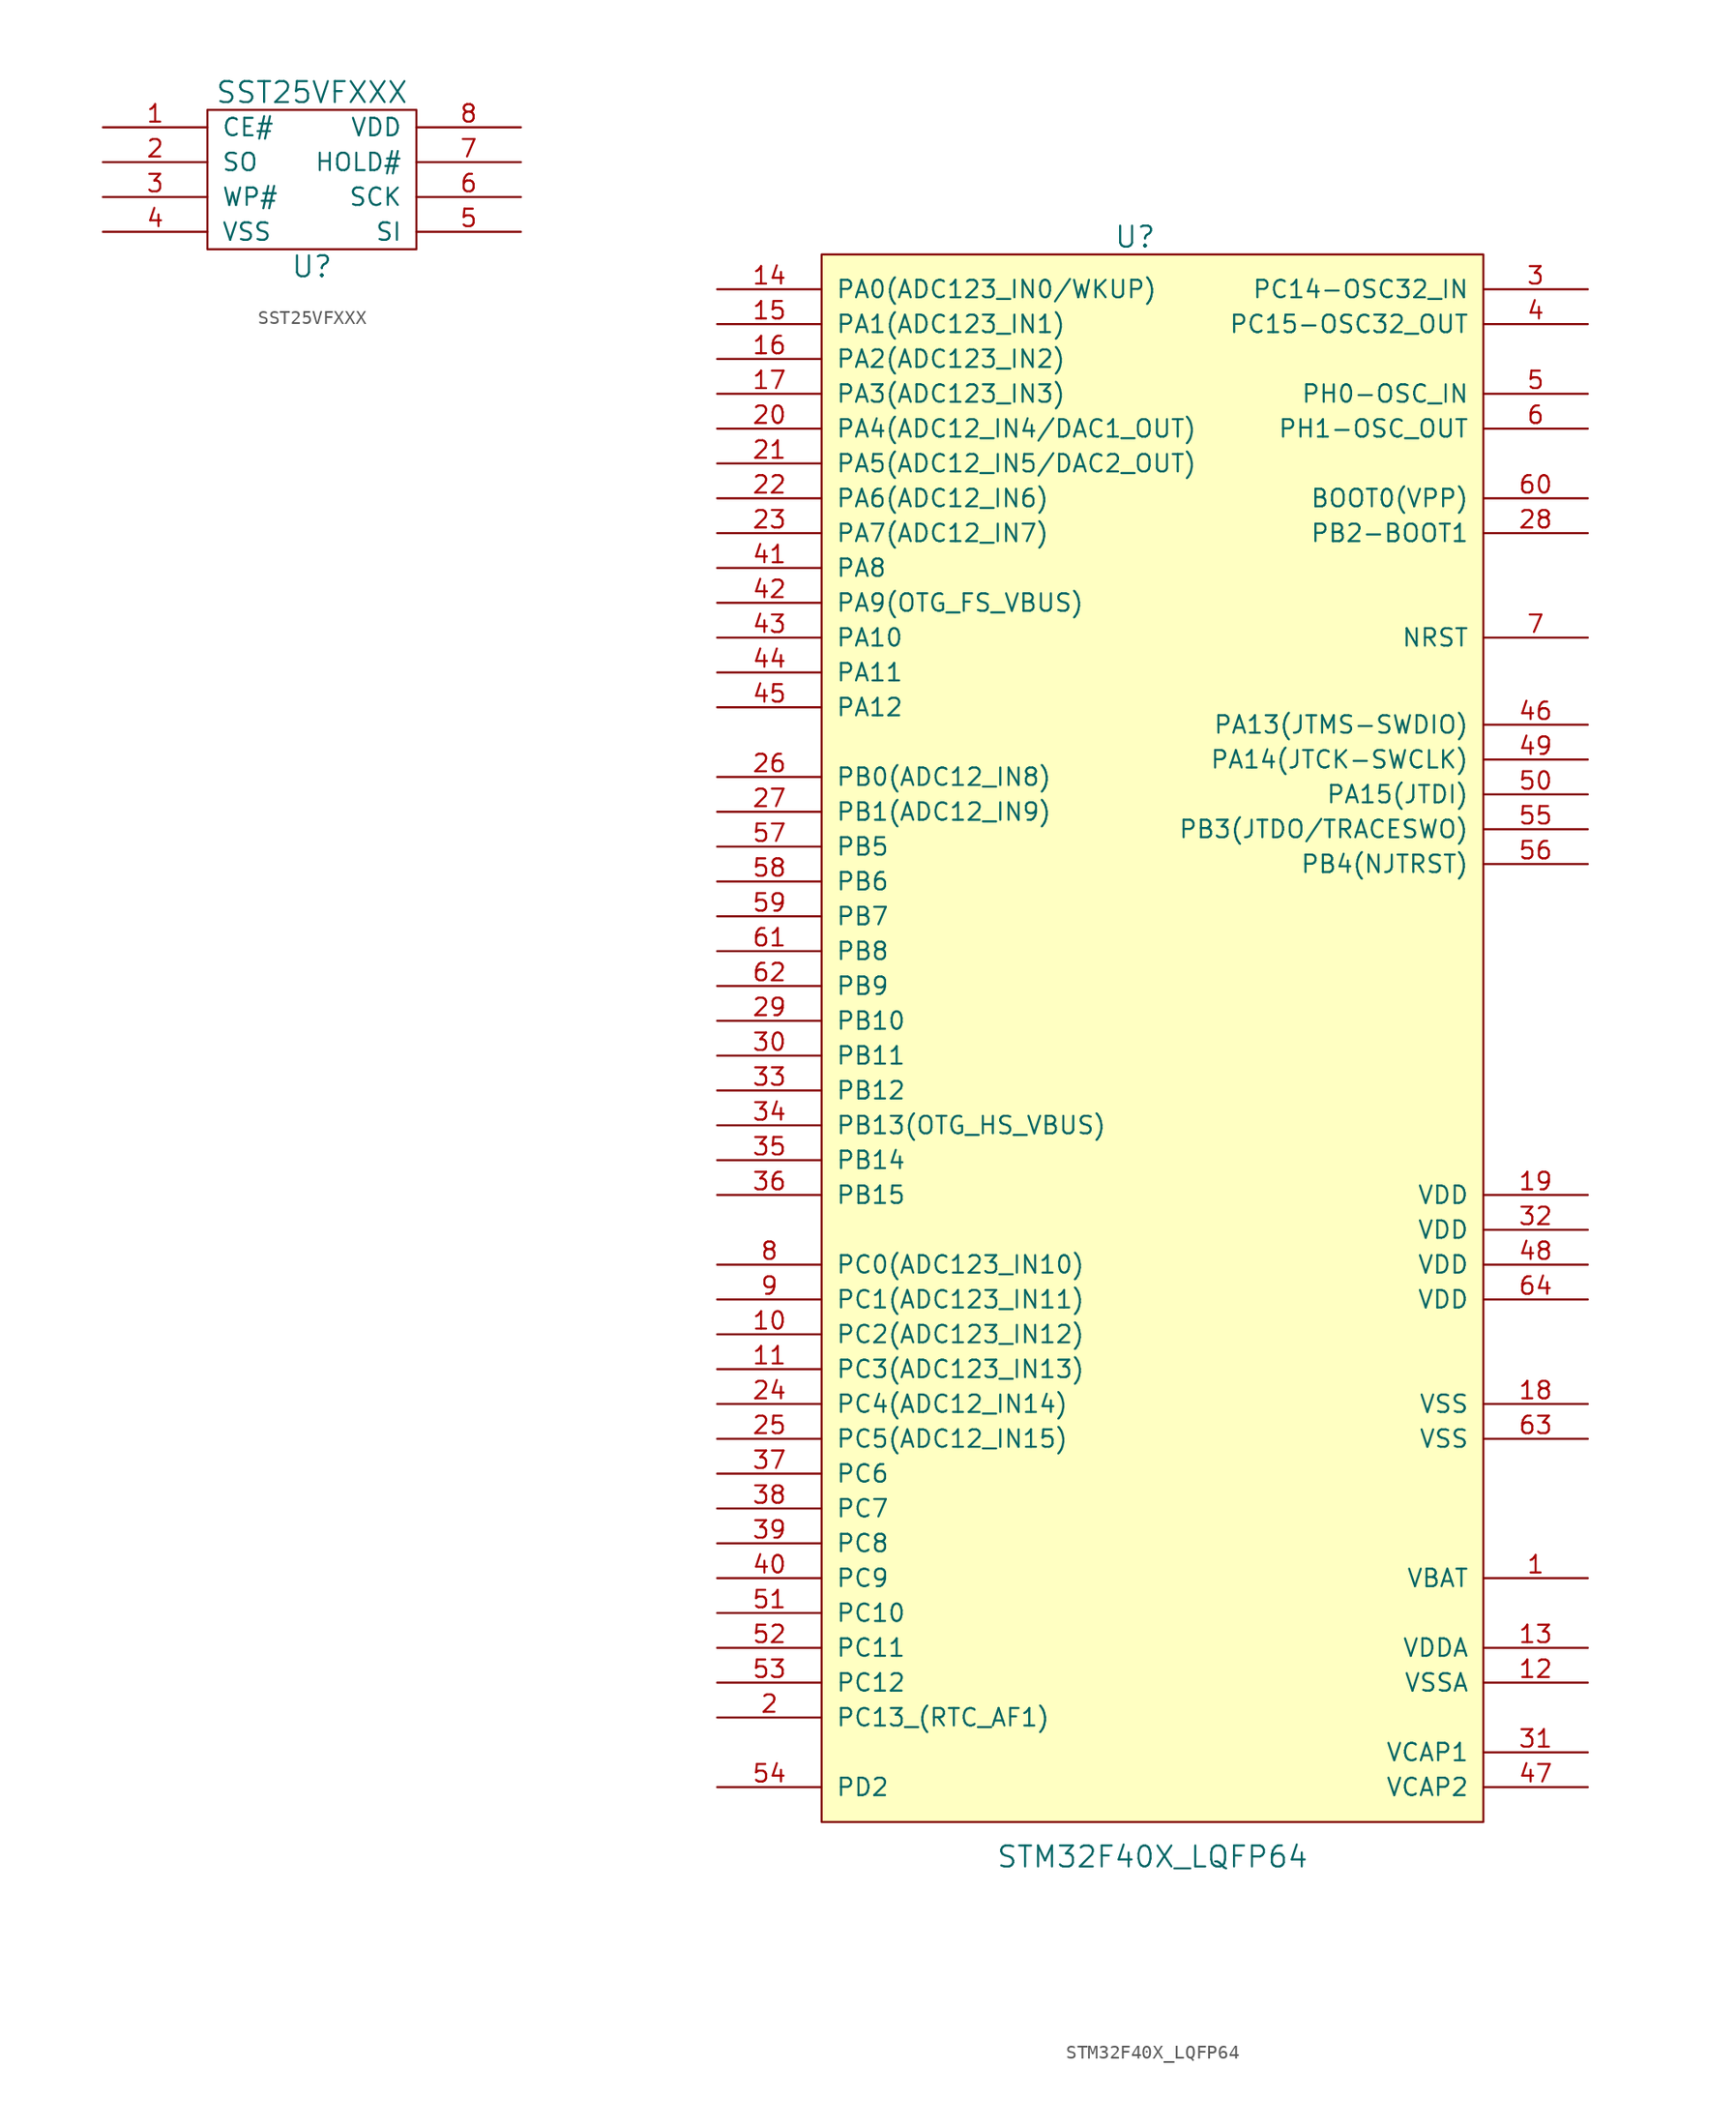
<source format=kicad_sym>
(kicad_symbol_lib
  (version 20211014)
  (generator kicad_symbol_editor)
  (symbol "SST25VFXXX"
    (pin_names
      (offset 1.016))
    (property "Reference" "U"
      (at 0 -7.62 0)
      (effects (font (size 1.524 1.524))))
    (property "Value" "SST25VFXXX"
      (at 0 5.08 0)
      (effects (font (size 1.524 1.524))))
    (property "Footprint" ""
      (at 0 0 0)
      (effects (font (size 1.524 1.524))))
    (property "Datasheet" ""
      (at 0 0 0)
      (effects (font (size 1.524 1.524))))
    (symbol "SST25VFXXX_0_1"
      (rectangle (start 7.62 3.81) (end -7.62 -6.35) (stroke (width 0) (type default) (color 0 0 0 0)) (fill (type none))))
    (symbol "SST25VFXXX_1_1"
      (pin input line (at -15.24 2.54 0) (length 7.62) (name "CE#" (effects (font (size 1.27 1.27)))) (number "1" (effects (font (size 1.27 1.27)))))
      (pin input line (at -15.24 0 0) (length 7.62) (name "SO" (effects (font (size 1.27 1.27)))) (number "2" (effects (font (size 1.27 1.27)))))
      (pin input line (at -15.24 -2.54 0) (length 7.62) (name "WP#" (effects (font (size 1.27 1.27)))) (number "3" (effects (font (size 1.27 1.27)))))
      (pin input line (at -15.24 -5.08 0) (length 7.62) (name "VSS" (effects (font (size 1.27 1.27)))) (number "4" (effects (font (size 1.27 1.27)))))
      (pin input line (at 15.24 -5.08 180) (length 7.62) (name "SI" (effects (font (size 1.27 1.27)))) (number "5" (effects (font (size 1.27 1.27)))))
      (pin input line (at 15.24 -2.54 180) (length 7.62) (name "SCK" (effects (font (size 1.27 1.27)))) (number "6" (effects (font (size 1.27 1.27)))))
      (pin input line (at 15.24 0 180) (length 7.62) (name "HOLD#" (effects (font (size 1.27 1.27)))) (number "7" (effects (font (size 1.27 1.27)))))
      (pin input line (at 15.24 2.54 180) (length 7.62) (name "VDD" (effects (font (size 1.27 1.27)))) (number "8" (effects (font (size 1.27 1.27)))))))
  (symbol "STM32F40X_LQFP64"
    (pin_names
      (offset 1.016))
    (property "Reference" "U"
      (at -1.27 58.42 0)
      (effects (font (size 1.524 1.524))))
    (property "Value" "STM32F40X_LQFP64"
      (at 0 -59.69 0)
      (effects (font (size 1.524 1.524))))
    (property "Datasheet" ""
      (at 0 0 0)
      (effects (font (size 1.524 1.524))))
    (symbol "STM32F40X_LQFP64_0_1"
      (rectangle (start -24.13 57.15) (end 24.13 -57.15) (stroke (width 0) (type default) (color 0 0 0 0)) (fill (type background))))
    (symbol "STM32F40X_LQFP64_1_1"
      (pin power_in line (at 31.75 -39.37 180) (length 7.62) (name "VBAT" (effects (font (size 1.27 1.27)))) (number "1" (effects (font (size 1.27 1.27)))))
      (pin bidirectional line (at -31.75 -21.59 0) (length 7.62) (name "PC2(ADC123_IN12)" (effects (font (size 1.27 1.27)))) (number "10" (effects (font (size 1.27 1.27)))))
      (pin bidirectional line (at -31.75 -24.13 0) (length 7.62) (name "PC3(ADC123_IN13)" (effects (font (size 1.27 1.27)))) (number "11" (effects (font (size 1.27 1.27)))))
      (pin power_in line (at 31.75 -46.99 180) (length 7.62) (name "VSSA" (effects (font (size 1.27 1.27)))) (number "12" (effects (font (size 1.27 1.27)))))
      (pin power_in line (at 31.75 -44.45 180) (length 7.62) (name "VDDA" (effects (font (size 1.27 1.27)))) (number "13" (effects (font (size 1.27 1.27)))))
      (pin bidirectional line (at -31.75 54.61 0) (length 7.62) (name "PA0(ADC123_IN0/WKUP)" (effects (font (size 1.27 1.27)))) (number "14" (effects (font (size 1.27 1.27)))))
      (pin bidirectional line (at -31.75 52.07 0) (length 7.62) (name "PA1(ADC123_IN1)" (effects (font (size 1.27 1.27)))) (number "15" (effects (font (size 1.27 1.27)))))
      (pin bidirectional line (at -31.75 49.53 0) (length 7.62) (name "PA2(ADC123_IN2)" (effects (font (size 1.27 1.27)))) (number "16" (effects (font (size 1.27 1.27)))))
      (pin bidirectional line (at -31.75 46.99 0) (length 7.62) (name "PA3(ADC123_IN3)" (effects (font (size 1.27 1.27)))) (number "17" (effects (font (size 1.27 1.27)))))
      (pin power_in line (at 31.75 -26.67 180) (length 7.62) (name "VSS" (effects (font (size 1.27 1.27)))) (number "18" (effects (font (size 1.27 1.27)))))
      (pin power_in line (at 31.75 -11.43 180) (length 7.62) (name "VDD" (effects (font (size 1.27 1.27)))) (number "19" (effects (font (size 1.27 1.27)))))
      (pin bidirectional line (at -31.75 -49.53 0) (length 7.62) (name "PC13_(RTC_AF1)" (effects (font (size 1.27 1.27)))) (number "2" (effects (font (size 1.27 1.27)))))
      (pin bidirectional line (at -31.75 44.45 0) (length 7.62) (name "PA4(ADC12_IN4/DAC1_OUT)" (effects (font (size 1.27 1.27)))) (number "20" (effects (font (size 1.27 1.27)))))
      (pin bidirectional line (at -31.75 41.91 0) (length 7.62) (name "PA5(ADC12_IN5/DAC2_OUT)" (effects (font (size 1.27 1.27)))) (number "21" (effects (font (size 1.27 1.27)))))
      (pin bidirectional line (at -31.75 39.37 0) (length 7.62) (name "PA6(ADC12_IN6)" (effects (font (size 1.27 1.27)))) (number "22" (effects (font (size 1.27 1.27)))))
      (pin bidirectional line (at -31.75 36.83 0) (length 7.62) (name "PA7(ADC12_IN7)" (effects (font (size 1.27 1.27)))) (number "23" (effects (font (size 1.27 1.27)))))
      (pin bidirectional line (at -31.75 -26.67 0) (length 7.62) (name "PC4(ADC12_IN14)" (effects (font (size 1.27 1.27)))) (number "24" (effects (font (size 1.27 1.27)))))
      (pin bidirectional line (at -31.75 -29.21 0) (length 7.62) (name "PC5(ADC12_IN15)" (effects (font (size 1.27 1.27)))) (number "25" (effects (font (size 1.27 1.27)))))
      (pin bidirectional line (at -31.75 19.05 0) (length 7.62) (name "PB0(ADC12_IN8)" (effects (font (size 1.27 1.27)))) (number "26" (effects (font (size 1.27 1.27)))))
      (pin bidirectional line (at -31.75 16.51 0) (length 7.62) (name "PB1(ADC12_IN9)" (effects (font (size 1.27 1.27)))) (number "27" (effects (font (size 1.27 1.27)))))
      (pin bidirectional line (at 31.75 36.83 180) (length 7.62) (name "PB2-BOOT1" (effects (font (size 1.27 1.27)))) (number "28" (effects (font (size 1.27 1.27)))))
      (pin bidirectional line (at -31.75 1.27 0) (length 7.62) (name "PB10" (effects (font (size 1.27 1.27)))) (number "29" (effects (font (size 1.27 1.27)))))
      (pin bidirectional line (at 31.75 54.61 180) (length 7.62) (name "PC14-OSC32_IN" (effects (font (size 1.27 1.27)))) (number "3" (effects (font (size 1.27 1.27)))))
      (pin bidirectional line (at -31.75 -1.27 0) (length 7.62) (name "PB11" (effects (font (size 1.27 1.27)))) (number "30" (effects (font (size 1.27 1.27)))))
      (pin power_out line (at 31.75 -52.07 180) (length 7.62) (name "VCAP1" (effects (font (size 1.27 1.27)))) (number "31" (effects (font (size 1.27 1.27)))))
      (pin power_in line (at 31.75 -13.97 180) (length 7.62) (name "VDD" (effects (font (size 1.27 1.27)))) (number "32" (effects (font (size 1.27 1.27)))))
      (pin bidirectional line (at -31.75 -3.81 0) (length 7.62) (name "PB12" (effects (font (size 1.27 1.27)))) (number "33" (effects (font (size 1.27 1.27)))))
      (pin bidirectional line (at -31.75 -6.35 0) (length 7.62) (name "PB13(OTG_HS_VBUS)" (effects (font (size 1.27 1.27)))) (number "34" (effects (font (size 1.27 1.27)))))
      (pin bidirectional line (at -31.75 -8.89 0) (length 7.62) (name "PB14" (effects (font (size 1.27 1.27)))) (number "35" (effects (font (size 1.27 1.27)))))
      (pin bidirectional line (at -31.75 -11.43 0) (length 7.62) (name "PB15" (effects (font (size 1.27 1.27)))) (number "36" (effects (font (size 1.27 1.27)))))
      (pin bidirectional line (at -31.75 -31.75 0) (length 7.62) (name "PC6" (effects (font (size 1.27 1.27)))) (number "37" (effects (font (size 1.27 1.27)))))
      (pin bidirectional line (at -31.75 -34.29 0) (length 7.62) (name "PC7" (effects (font (size 1.27 1.27)))) (number "38" (effects (font (size 1.27 1.27)))))
      (pin bidirectional line (at -31.75 -36.83 0) (length 7.62) (name "PC8" (effects (font (size 1.27 1.27)))) (number "39" (effects (font (size 1.27 1.27)))))
      (pin bidirectional line (at 31.75 52.07 180) (length 7.62) (name "PC15-OSC32_OUT" (effects (font (size 1.27 1.27)))) (number "4" (effects (font (size 1.27 1.27)))))
      (pin bidirectional line (at -31.75 -39.37 0) (length 7.62) (name "PC9" (effects (font (size 1.27 1.27)))) (number "40" (effects (font (size 1.27 1.27)))))
      (pin bidirectional line (at -31.75 34.29 0) (length 7.62) (name "PA8" (effects (font (size 1.27 1.27)))) (number "41" (effects (font (size 1.27 1.27)))))
      (pin bidirectional line (at -31.75 31.75 0) (length 7.62) (name "PA9(OTG_FS_VBUS)" (effects (font (size 1.27 1.27)))) (number "42" (effects (font (size 1.27 1.27)))))
      (pin bidirectional line (at -31.75 29.21 0) (length 7.62) (name "PA10" (effects (font (size 1.27 1.27)))) (number "43" (effects (font (size 1.27 1.27)))))
      (pin bidirectional line (at -31.75 26.67 0) (length 7.62) (name "PA11" (effects (font (size 1.27 1.27)))) (number "44" (effects (font (size 1.27 1.27)))))
      (pin bidirectional line (at -31.75 24.13 0) (length 7.62) (name "PA12" (effects (font (size 1.27 1.27)))) (number "45" (effects (font (size 1.27 1.27)))))
      (pin bidirectional line (at 31.75 22.86 180) (length 7.62) (name "PA13(JTMS-SWDIO)" (effects (font (size 1.27 1.27)))) (number "46" (effects (font (size 1.27 1.27)))))
      (pin power_out line (at 31.75 -54.61 180) (length 7.62) (name "VCAP2" (effects (font (size 1.27 1.27)))) (number "47" (effects (font (size 1.27 1.27)))))
      (pin power_in line (at 31.75 -16.51 180) (length 7.62) (name "VDD" (effects (font (size 1.27 1.27)))) (number "48" (effects (font (size 1.27 1.27)))))
      (pin bidirectional line (at 31.75 20.32 180) (length 7.62) (name "PA14(JTCK-SWCLK)" (effects (font (size 1.27 1.27)))) (number "49" (effects (font (size 1.27 1.27)))))
      (pin bidirectional line (at 31.75 46.99 180) (length 7.62) (name "PH0-OSC_IN" (effects (font (size 1.27 1.27)))) (number "5" (effects (font (size 1.27 1.27)))))
      (pin bidirectional line (at 31.75 17.78 180) (length 7.62) (name "PA15(JTDI)" (effects (font (size 1.27 1.27)))) (number "50" (effects (font (size 1.27 1.27)))))
      (pin bidirectional line (at -31.75 -41.91 0) (length 7.62) (name "PC10" (effects (font (size 1.27 1.27)))) (number "51" (effects (font (size 1.27 1.27)))))
      (pin bidirectional line (at -31.75 -44.45 0) (length 7.62) (name "PC11" (effects (font (size 1.27 1.27)))) (number "52" (effects (font (size 1.27 1.27)))))
      (pin bidirectional line (at -31.75 -46.99 0) (length 7.62) (name "PC12" (effects (font (size 1.27 1.27)))) (number "53" (effects (font (size 1.27 1.27)))))
      (pin bidirectional line (at -31.75 -54.61 0) (length 7.62) (name "PD2" (effects (font (size 1.27 1.27)))) (number "54" (effects (font (size 1.27 1.27)))))
      (pin bidirectional line (at 31.75 15.24 180) (length 7.62) (name "PB3(JTDO/TRACESWO)" (effects (font (size 1.27 1.27)))) (number "55" (effects (font (size 1.27 1.27)))))
      (pin bidirectional line (at 31.75 12.7 180) (length 7.62) (name "PB4(NJTRST)" (effects (font (size 1.27 1.27)))) (number "56" (effects (font (size 1.27 1.27)))))
      (pin bidirectional line (at -31.75 13.97 0) (length 7.62) (name "PB5" (effects (font (size 1.27 1.27)))) (number "57" (effects (font (size 1.27 1.27)))))
      (pin bidirectional line (at -31.75 11.43 0) (length 7.62) (name "PB6" (effects (font (size 1.27 1.27)))) (number "58" (effects (font (size 1.27 1.27)))))
      (pin bidirectional line (at -31.75 8.89 0) (length 7.62) (name "PB7" (effects (font (size 1.27 1.27)))) (number "59" (effects (font (size 1.27 1.27)))))
      (pin bidirectional line (at 31.75 44.45 180) (length 7.62) (name "PH1-OSC_OUT" (effects (font (size 1.27 1.27)))) (number "6" (effects (font (size 1.27 1.27)))))
      (pin input line (at 31.75 39.37 180) (length 7.62) (name "BOOT0(VPP)" (effects (font (size 1.27 1.27)))) (number "60" (effects (font (size 1.27 1.27)))))
      (pin bidirectional line (at -31.75 6.35 0) (length 7.62) (name "PB8" (effects (font (size 1.27 1.27)))) (number "61" (effects (font (size 1.27 1.27)))))
      (pin bidirectional line (at -31.75 3.81 0) (length 7.62) (name "PB9" (effects (font (size 1.27 1.27)))) (number "62" (effects (font (size 1.27 1.27)))))
      (pin power_in line (at 31.75 -29.21 180) (length 7.62) (name "VSS" (effects (font (size 1.27 1.27)))) (number "63" (effects (font (size 1.27 1.27)))))
      (pin power_in line (at 31.75 -19.05 180) (length 7.62) (name "VDD" (effects (font (size 1.27 1.27)))) (number "64" (effects (font (size 1.27 1.27)))))
      (pin bidirectional line (at 31.75 29.21 180) (length 7.62) (name "NRST" (effects (font (size 1.27 1.27)))) (number "7" (effects (font (size 1.27 1.27)))))
      (pin bidirectional line (at -31.75 -16.51 0) (length 7.62) (name "PC0(ADC123_IN10)" (effects (font (size 1.27 1.27)))) (number "8" (effects (font (size 1.27 1.27)))))
      (pin bidirectional line (at -31.75 -19.05 0) (length 7.62) (name "PC1(ADC123_IN11)" (effects (font (size 1.27 1.27)))) (number "9" (effects (font (size 1.27 1.27))))))))
</source>
